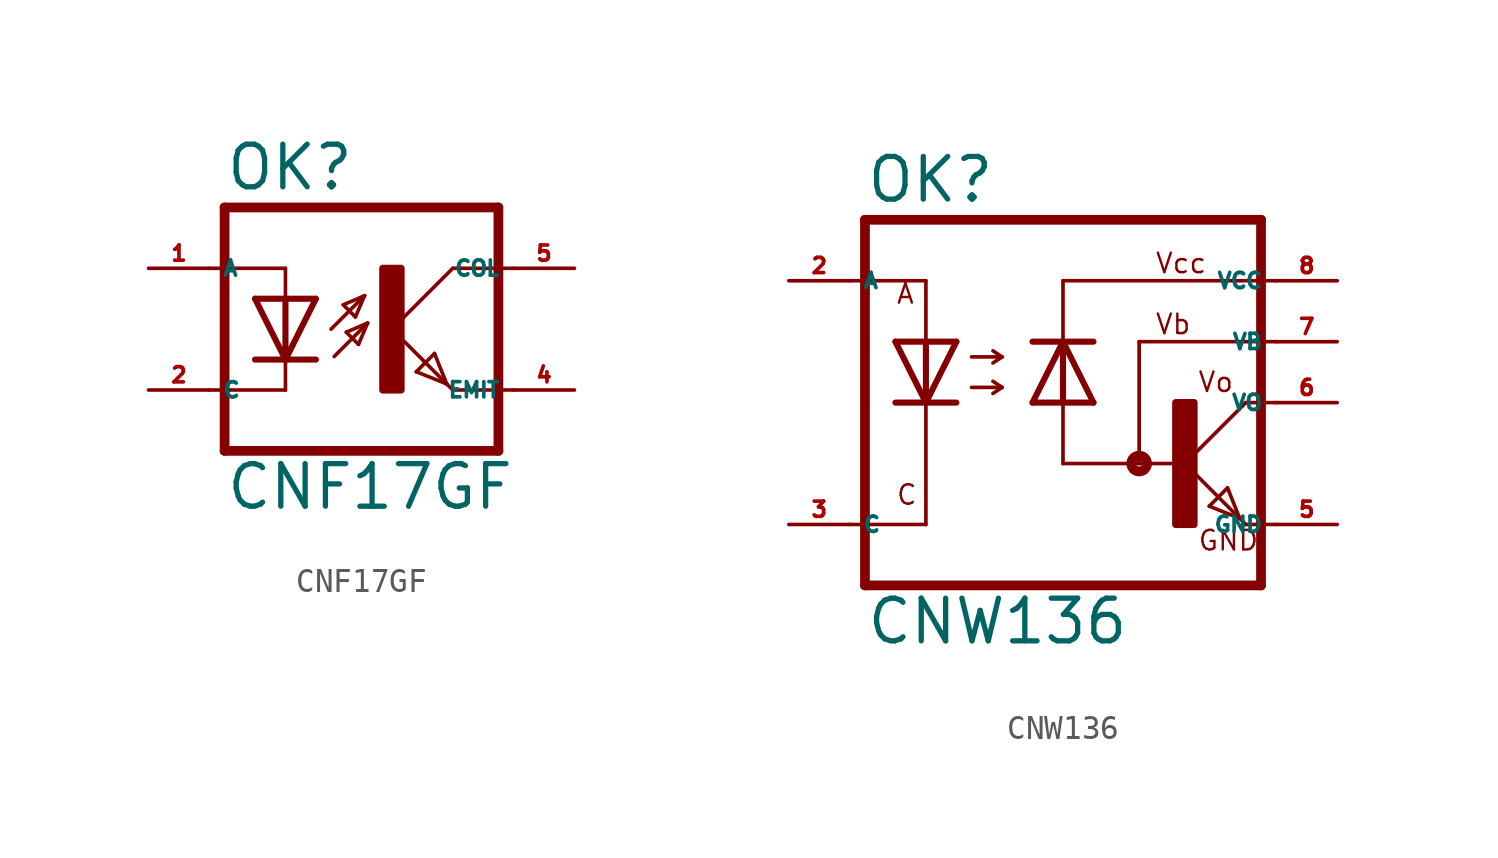
<source format=kicad_sym>
(kicad_symbol_lib
  (version 20220914)
  (generator kicad_symbol_editor)
  (symbol "CNF17GF"
    (property "Reference" "OK"
      (at -6.985 5.715 0)
      (effects (font (size 1.778 1.778) (thickness 0.22)) (justify left bottom)))
    (property "Value" "CNF17GF"
      (at -6.985 -7.62 0)
      (effects (font (size 1.778 1.778) (thickness 0.22)) (justify left bottom)))
    (symbol "CNF17GF_1_1"
      (rectangle (start -0.381 -2.54) (end 0.381 2.54) (stroke (width 0.3) (type default)) (fill (type outline)))
      (polyline (pts (xy -6.985 -5.08) (xy 4.445 -5.08)) (stroke (width 0.406) (type default)) (fill (type none)))
      (polyline (pts (xy -6.985 5.08) (xy -6.985 -5.08)) (stroke (width 0.406) (type default)) (fill (type none)))
      (polyline (pts (xy -6.985 5.08) (xy 4.445 5.08)) (stroke (width 0.406) (type default)) (fill (type none)))
      (polyline (pts (xy -4.445 -2.54) (xy -7.62 -2.54)) (stroke (width 0.152) (type default)) (fill (type none)))
      (polyline (pts (xy -4.445 -1.27) (xy -5.715 -1.27)) (stroke (width 0.254) (type default)) (fill (type none)))
      (polyline (pts (xy -4.445 -1.27) (xy -5.715 1.27)) (stroke (width 0.254) (type default)) (fill (type none)))
      (polyline (pts (xy -4.445 -1.27) (xy -4.445 -2.54)) (stroke (width 0.152) (type default)) (fill (type none)))
      (polyline (pts (xy -4.445 1.27) (xy -5.715 1.27)) (stroke (width 0.254) (type default)) (fill (type none)))
      (polyline (pts (xy -4.445 1.27) (xy -4.445 -1.27)) (stroke (width 0.254) (type default)) (fill (type none)))
      (polyline (pts (xy -4.445 2.54) (xy -7.62 2.54)) (stroke (width 0.152) (type default)) (fill (type none)))
      (polyline (pts (xy -4.445 2.54) (xy -4.445 1.27)) (stroke (width 0.152) (type default)) (fill (type none)))
      (polyline (pts (xy -3.175 -1.27) (xy -4.445 -1.27)) (stroke (width 0.254) (type default)) (fill (type none)))
      (polyline (pts (xy -3.175 1.27) (xy -4.445 -1.27)) (stroke (width 0.254) (type default)) (fill (type none)))
      (polyline (pts (xy -3.175 1.27) (xy -4.445 1.27)) (stroke (width 0.254) (type default)) (fill (type none)))
      (polyline (pts (xy -2.54 0) (xy -1.143 1.397)) (stroke (width 0.152) (type default)) (fill (type none)))
      (polyline (pts (xy -2.413 -1.143) (xy -1.016 0.254)) (stroke (width 0.152) (type default)) (fill (type none)))
      (polyline (pts (xy -2.032 1.016) (xy -1.524 0.508)) (stroke (width 0.152) (type default)) (fill (type none)))
      (polyline (pts (xy -1.905 -0.127) (xy -1.397 -0.635)) (stroke (width 0.152) (type default)) (fill (type none)))
      (polyline (pts (xy -1.524 0.508) (xy -1.143 1.397)) (stroke (width 0.152) (type default)) (fill (type none)))
      (polyline (pts (xy -1.397 -0.635) (xy -1.016 0.254)) (stroke (width 0.152) (type default)) (fill (type none)))
      (polyline (pts (xy -1.143 1.397) (xy -2.032 1.016)) (stroke (width 0.152) (type default)) (fill (type none)))
      (polyline (pts (xy -1.016 0.254) (xy -1.905 -0.127)) (stroke (width 0.152) (type default)) (fill (type none)))
      (polyline (pts (xy 0 0) (xy 2.286 -2.286)) (stroke (width 0.152) (type default)) (fill (type none)))
      (polyline (pts (xy 1.016 -1.778) (xy 1.778 -1.016)) (stroke (width 0.152) (type default)) (fill (type none)))
      (polyline (pts (xy 1.778 -1.016) (xy 2.286 -2.286)) (stroke (width 0.152) (type default)) (fill (type none)))
      (polyline (pts (xy 2.286 -2.286) (xy 1.016 -1.778)) (stroke (width 0.152) (type default)) (fill (type none)))
      (polyline (pts (xy 2.286 -2.286) (xy 2.54 -2.54)) (stroke (width 0.152) (type default)) (fill (type none)))
      (polyline (pts (xy 2.54 -2.54) (xy 5.08 -2.54)) (stroke (width 0.152) (type default)) (fill (type none)))
      (polyline (pts (xy 2.54 2.54) (xy 0 0)) (stroke (width 0.152) (type default)) (fill (type none)))
      (polyline (pts (xy 2.54 2.54) (xy 5.08 2.54)) (stroke (width 0.152) (type default)) (fill (type none)))
      (polyline (pts (xy 4.445 5.08) (xy 4.445 -5.08)) (stroke (width 0.406) (type default)) (fill (type none)))
      (pin passive line (at -10.16 2.54 0) (length 2.54) (name "A" (effects (font (size 0.635 0.635)))) (number "1" (effects (font (size 0.635 0.635)))))
      (pin passive line (at -10.16 -2.54 0) (length 2.54) (name "C" (effects (font (size 0.635 0.635)))) (number "2" (effects (font (size 0.635 0.635)))))
      (pin passive line (at 7.62 -2.54 180) (length 2.54) (name "EMIT" (effects (font (size 0.635 0.635)))) (number "4" (effects (font (size 0.635 0.635)))))
      (pin passive line (at 7.62 2.54 180) (length 2.54) (name "COL" (effects (font (size 0.635 0.635)))) (number "5" (effects (font (size 0.635 0.635)))))))
  (symbol "CNW136"
    (property "Reference" "OK"
      (at -9.525 8.255 0)
      (effects (font (size 1.778 1.778) (thickness 0.22)) (justify left bottom)))
    (property "Value" "CNW136"
      (at -9.525 -10.16 0)
      (effects (font (size 1.778 1.778) (thickness 0.22)) (justify left bottom)))
    (symbol "CNW136_1_1"
      (polyline (pts (xy -10.16 -5.08) (xy -6.985 -5.08)) (stroke (width 0.152) (type default)) (fill (type none)))
      (polyline (pts (xy -10.16 5.08) (xy -6.985 5.08)) (stroke (width 0.152) (type default)) (fill (type none)))
      (polyline (pts (xy -9.525 7.62) (xy -9.525 -7.62)) (stroke (width 0.406) (type default)) (fill (type none)))
      (polyline (pts (xy -6.985 -5.08) (xy -6.985 0)) (stroke (width 0.152) (type default)) (fill (type none)))
      (polyline (pts (xy -6.985 0) (xy -8.255 0)) (stroke (width 0.254) (type default)) (fill (type none)))
      (polyline (pts (xy -6.985 0) (xy -8.255 2.54)) (stroke (width 0.254) (type default)) (fill (type none)))
      (polyline (pts (xy -6.985 2.54) (xy -8.255 2.54)) (stroke (width 0.254) (type default)) (fill (type none)))
      (polyline (pts (xy -6.985 2.54) (xy -6.985 0)) (stroke (width 0.254) (type default)) (fill (type none)))
      (polyline (pts (xy -6.985 2.54) (xy -6.985 5.08)) (stroke (width 0.152) (type default)) (fill (type none)))
      (polyline (pts (xy -5.715 0) (xy -6.985 0)) (stroke (width 0.254) (type default)) (fill (type none)))
      (polyline (pts (xy -5.715 2.54) (xy -6.985 0)) (stroke (width 0.254) (type default)) (fill (type none)))
      (polyline (pts (xy -5.715 2.54) (xy -6.985 2.54)) (stroke (width 0.254) (type default)) (fill (type none)))
      (polyline (pts (xy -5.08 0.635) (xy -3.81 0.635)) (stroke (width 0.152) (type default)) (fill (type none)))
      (polyline (pts (xy -5.08 1.905) (xy -3.81 1.905)) (stroke (width 0.152) (type default)) (fill (type none)))
      (polyline (pts (xy -3.81 0.635) (xy -4.191 0.381)) (stroke (width 0.152) (type default)) (fill (type none)))
      (polyline (pts (xy -3.81 0.635) (xy -4.191 0.889)) (stroke (width 0.152) (type default)) (fill (type none)))
      (polyline (pts (xy -3.81 1.905) (xy -4.191 1.651)) (stroke (width 0.152) (type default)) (fill (type none)))
      (polyline (pts (xy -3.81 1.905) (xy -4.191 2.159)) (stroke (width 0.152) (type default)) (fill (type none)))
      (polyline (pts (xy -2.54 0) (xy -1.27 0)) (stroke (width 0.254) (type default)) (fill (type none)))
      (polyline (pts (xy -2.54 0) (xy -1.27 2.54)) (stroke (width 0.254) (type default)) (fill (type none)))
      (polyline (pts (xy -2.54 2.54) (xy -1.27 2.54)) (stroke (width 0.254) (type default)) (fill (type none)))
      (polyline (pts (xy -1.27 -2.54) (xy -1.27 0)) (stroke (width 0.152) (type default)) (fill (type none)))
      (polyline (pts (xy -1.27 -2.54) (xy 1.905 -2.54)) (stroke (width 0.152) (type default)) (fill (type none)))
      (polyline (pts (xy -1.27 0) (xy -1.27 2.54)) (stroke (width 0.254) (type default)) (fill (type none)))
      (polyline (pts (xy -1.27 0) (xy 0 0)) (stroke (width 0.254) (type default)) (fill (type none)))
      (polyline (pts (xy -1.27 2.54) (xy 0 0)) (stroke (width 0.254) (type default)) (fill (type none)))
      (polyline (pts (xy -1.27 2.54) (xy 0 2.54)) (stroke (width 0.254) (type default)) (fill (type none)))
      (polyline (pts (xy -1.27 5.08) (xy -1.27 2.54)) (stroke (width 0.152) (type default)) (fill (type none)))
      (polyline (pts (xy -1.27 5.08) (xy 7.62 5.08)) (stroke (width 0.152) (type default)) (fill (type none)))
      (polyline (pts (xy 1.905 -2.54) (xy 1.905 2.54)) (stroke (width 0.152) (type default)) (fill (type none)))
      (polyline (pts (xy 1.905 -2.54) (xy 3.81 -2.54)) (stroke (width 0.152) (type default)) (fill (type none)))
      (polyline (pts (xy 1.905 2.54) (xy 7.62 2.54)) (stroke (width 0.152) (type default)) (fill (type none)))
      (polyline (pts (xy 3.81 -2.54) (xy 6.096 -4.826)) (stroke (width 0.152) (type default)) (fill (type none)))
      (polyline (pts (xy 4.826 -4.318) (xy 5.588 -3.556)) (stroke (width 0.152) (type default)) (fill (type none)))
      (polyline (pts (xy 5.588 -3.556) (xy 6.096 -4.826)) (stroke (width 0.152) (type default)) (fill (type none)))
      (polyline (pts (xy 6.096 -4.826) (xy 4.826 -4.318)) (stroke (width 0.152) (type default)) (fill (type none)))
      (polyline (pts (xy 6.096 -4.826) (xy 6.35 -5.08)) (stroke (width 0.152) (type default)) (fill (type none)))
      (polyline (pts (xy 6.35 -5.08) (xy 7.62 -5.08)) (stroke (width 0.152) (type default)) (fill (type none)))
      (polyline (pts (xy 6.35 0) (xy 3.81 -2.54)) (stroke (width 0.152) (type default)) (fill (type none)))
      (polyline (pts (xy 6.35 0) (xy 7.62 0)) (stroke (width 0.152) (type default)) (fill (type none)))
      (polyline (pts (xy 6.985 -7.62) (xy -9.525 -7.62)) (stroke (width 0.406) (type default)) (fill (type none)))
      (polyline (pts (xy 6.985 7.62) (xy -9.525 7.62)) (stroke (width 0.406) (type default)) (fill (type none)))
      (polyline (pts (xy 6.985 7.62) (xy 6.985 -7.62)) (stroke (width 0.406) (type default)) (fill (type none)))
      (circle (center 1.905 -2.54) (radius 0.127) (stroke (width 0.406) (type default)) (fill (type none)))
      (rectangle (start 3.429 -5.08) (end 4.191 0) (stroke (width 0.3) (type default)) (fill (type outline)))
      (text "A" (at -8.255 4.064 0) (effects (font (size 0.813 0.813) (thickness 0.1)) (justify left bottom)))
      (text "C" (at -8.255 -4.318 0) (effects (font (size 0.813 0.813) (thickness 0.1)) (justify left bottom)))
      (text "GND" (at 4.318 -6.223 0) (effects (font (size 0.813 0.813) (thickness 0.1)) (justify left bottom)))
      (text "Vb" (at 2.54 2.794 0) (effects (font (size 0.813 0.813) (thickness 0.1)) (justify left bottom)))
      (text "Vcc" (at 2.54 5.334 0) (effects (font (size 0.813 0.813) (thickness 0.1)) (justify left bottom)))
      (text "Vo" (at 4.318 0.381 0) (effects (font (size 0.813 0.813) (thickness 0.1)) (justify left bottom)))
      (pin passive line (at -12.7 5.08 0) (length 2.54) (name "A" (effects (font (size 0.635 0.635)))) (number "2" (effects (font (size 0.635 0.635)))))
      (pin passive line (at -12.7 -5.08 0) (length 2.54) (name "C" (effects (font (size 0.635 0.635)))) (number "3" (effects (font (size 0.635 0.635)))))
      (pin passive line (at 10.16 -5.08 180) (length 2.54) (name "GND" (effects (font (size 0.635 0.635)))) (number "5" (effects (font (size 0.635 0.635)))))
      (pin passive line (at 10.16 0 180) (length 2.54) (name "VO" (effects (font (size 0.635 0.635)))) (number "6" (effects (font (size 0.635 0.635)))))
      (pin passive line (at 10.16 2.54 180) (length 2.54) (name "VB" (effects (font (size 0.635 0.635)))) (number "7" (effects (font (size 0.635 0.635)))))
      (pin passive line (at 10.16 5.08 180) (length 2.54) (name "VCC" (effects (font (size 0.635 0.635)))) (number "8" (effects (font (size 0.635 0.635))))))))
</source>
